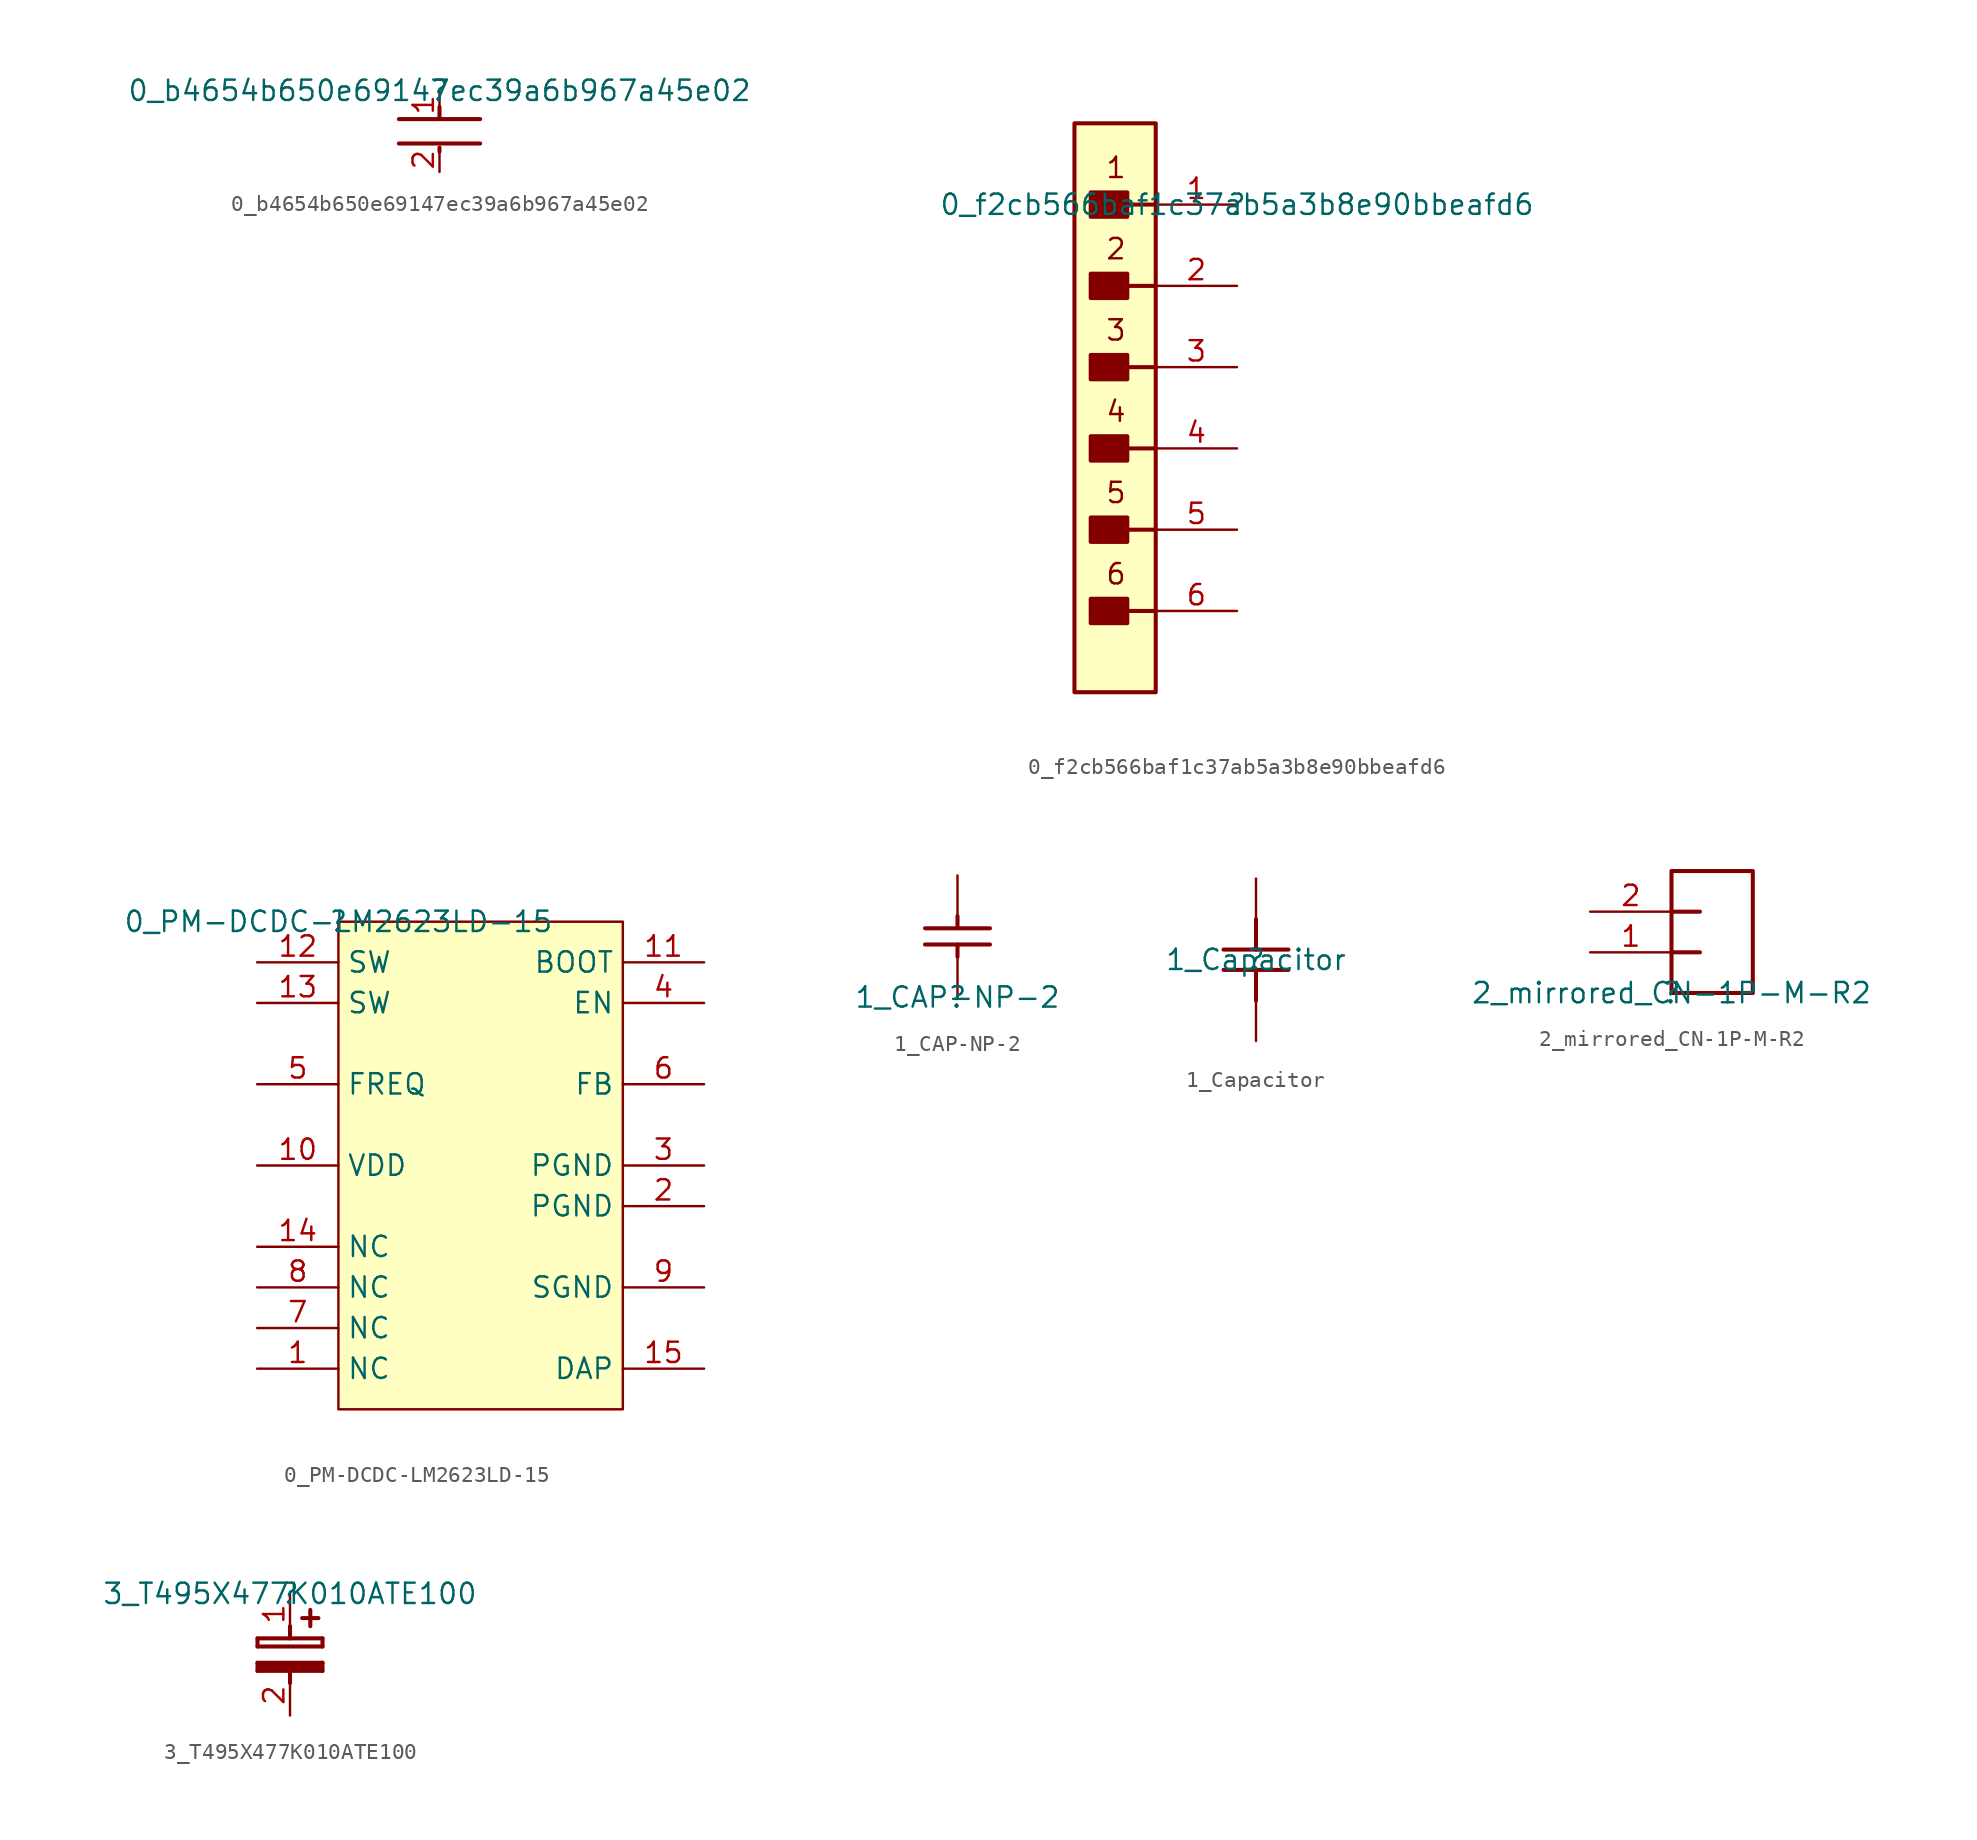
<source format=kicad_sym>
(kicad_symbol_lib
  (version 20211014)
  (generator kicad_symbol_editor)
  (symbol "0_b4654b650e69147ec39a6b967a45e02"
    (property "Reference" ""
      (at 0 0 0)
      (effects (font (size 1.27 1.27))))
    (property "Value" "0_b4654b650e69147ec39a6b967a45e02"
      (at 0 0 0)
      (effects (font (size 1.27 1.27))))
    (symbol "0_b4654b650e69147ec39a6b967a45e02_1_0"
      (polyline (pts (xy 0 -3.556) (xy 0 -3.81)) (stroke (width 0.254) (type default) (color 0 0 0 0)) (fill (type none)))
      (polyline (pts (xy 0 -1.778) (xy 0 -1.016)) (stroke (width 0.254) (type default) (color 0 0 0 0)) (fill (type none)))
      (polyline (pts (xy 2.54 -3.302) (xy -2.54 -3.302)) (stroke (width 0.254) (type default) (color 0 0 0 0)) (fill (type none)))
      (polyline (pts (xy 2.54 -1.778) (xy -2.54 -1.778)) (stroke (width 0.254) (type default) (color 0 0 0 0)) (fill (type none)))
      (pin passive line (at 0 0 270) (length 1.778) (name "1" (effects (font (size 0 0)))) (number "1" (effects (font (size 1.27 1.27)))))
      (pin passive line (at 0 -5.08 90) (length 1.524) (name "2" (effects (font (size 0 0)))) (number "2" (effects (font (size 1.27 1.27)))))))
  (symbol "0_f2cb566baf1c37ab5a3b8e90bbeafd6"
    (property "Reference" ""
      (at 0 0 0)
      (effects (font (size 1.27 1.27))))
    (property "Value" "0_f2cb566baf1c37ab5a3b8e90bbeafd6"
      (at 0 0 0)
      (effects (font (size 1.27 1.27))))
    (symbol "0_f2cb566baf1c37ab5a3b8e90bbeafd6_1_0"
      (rectangle (start -6.858 -24.638) (end -9.144 -26.162) (stroke (width 0.254) (type default) (color 0 0 0 0)) (fill (type outline)))
      (rectangle (start -6.858 -19.558) (end -9.144 -21.082) (stroke (width 0.254) (type default) (color 0 0 0 0)) (fill (type outline)))
      (rectangle (start -6.858 -14.478) (end -9.144 -16.002) (stroke (width 0.254) (type default) (color 0 0 0 0)) (fill (type outline)))
      (rectangle (start -6.858 -9.398) (end -9.144 -10.922) (stroke (width 0.254) (type default) (color 0 0 0 0)) (fill (type outline)))
      (rectangle (start -6.858 -4.318) (end -9.144 -5.842) (stroke (width 0.254) (type default) (color 0 0 0 0)) (fill (type outline)))
      (rectangle (start -6.858 0.762) (end -9.144 -0.762) (stroke (width 0.254) (type default) (color 0 0 0 0)) (fill (type outline)))
      (rectangle (start -5.08 5.08) (end -10.16 -30.48) (stroke (width 0.254) (type default) (color 0 0 0 0)) (fill (type background)))
      (polyline (pts (xy -6.858 -25.4) (xy -5.08 -25.4)) (stroke (width 0.254) (type default) (color 0 0 0 0)) (fill (type none)))
      (polyline (pts (xy -6.858 -20.32) (xy -5.08 -20.32)) (stroke (width 0.254) (type default) (color 0 0 0 0)) (fill (type none)))
      (polyline (pts (xy -6.858 -15.24) (xy -5.08 -15.24)) (stroke (width 0.254) (type default) (color 0 0 0 0)) (fill (type none)))
      (polyline (pts (xy -6.858 -10.16) (xy -5.08 -10.16)) (stroke (width 0.254) (type default) (color 0 0 0 0)) (fill (type none)))
      (polyline (pts (xy -6.858 -5.08) (xy -5.08 -5.08)) (stroke (width 0.254) (type default) (color 0 0 0 0)) (fill (type none)))
      (polyline (pts (xy -6.858 0) (xy -5.08 0)) (stroke (width 0.254) (type default) (color 0 0 0 0)) (fill (type none)))
      (text "1" (at -6.858 3.048 0) (effects (font (size 1.27 1.27)) (justify right top)))
      (text "2" (at -6.858 -2.032 0) (effects (font (size 1.27 1.27)) (justify right top)))
      (text "3" (at -6.858 -7.112 0) (effects (font (size 1.27 1.27)) (justify right top)))
      (text "4" (at -6.858 -12.192 0) (effects (font (size 1.27 1.27)) (justify right top)))
      (text "5" (at -6.858 -17.272 0) (effects (font (size 1.27 1.27)) (justify right top)))
      (text "6" (at -6.858 -22.352 0) (effects (font (size 1.27 1.27)) (justify right top)))
      (pin passive line (at 0 0 180) (length 5.08) (name "1" (effects (font (size 0 0)))) (number "1" (effects (font (size 1.27 1.27)))))
      (pin passive line (at 0 -5.08 180) (length 5.08) (name "2" (effects (font (size 0 0)))) (number "2" (effects (font (size 1.27 1.27)))))
      (pin passive line (at 0 -10.16 180) (length 5.08) (name "3" (effects (font (size 0 0)))) (number "3" (effects (font (size 1.27 1.27)))))
      (pin passive line (at 0 -15.24 180) (length 5.08) (name "4" (effects (font (size 0 0)))) (number "4" (effects (font (size 1.27 1.27)))))
      (pin passive line (at 0 -20.32 180) (length 5.08) (name "5" (effects (font (size 0 0)))) (number "5" (effects (font (size 1.27 1.27)))))
      (pin passive line (at 0 -25.4 180) (length 5.08) (name "6" (effects (font (size 0 0)))) (number "6" (effects (font (size 1.27 1.27)))))))
  (symbol "0_PM-DCDC-LM2623LD-15"
    (property "Reference" ""
      (at 0 0 0)
      (effects (font (size 1.27 1.27))))
    (property "Value" "0_PM-DCDC-LM2623LD-15"
      (at 0 0 0)
      (effects (font (size 1.27 1.27))))
    (symbol "0_PM-DCDC-LM2623LD-15_1_0"
      (rectangle (start 17.78 0) (end 0 -30.48) (stroke (width 0) (type default) (color 0 0 0 0)) (fill (type background)))
      (pin passive line (at -5.08 -27.94 0) (length 5.08) (name "NC" (effects (font (size 1.27 1.27)))) (number "1" (effects (font (size 1.27 1.27)))))
      (pin power_in line (at -5.08 -15.24 0) (length 5.08) (name "VDD" (effects (font (size 1.27 1.27)))) (number "10" (effects (font (size 1.27 1.27)))))
      (pin passive line (at 22.86 -2.54 180) (length 5.08) (name "BOOT" (effects (font (size 1.27 1.27)))) (number "11" (effects (font (size 1.27 1.27)))))
      (pin open_collector line (at -5.08 -2.54 0) (length 5.08) (name "SW" (effects (font (size 1.27 1.27)))) (number "12" (effects (font (size 1.27 1.27)))))
      (pin open_collector line (at -5.08 -5.08 0) (length 5.08) (name "SW" (effects (font (size 1.27 1.27)))) (number "13" (effects (font (size 1.27 1.27)))))
      (pin passive line (at -5.08 -20.32 0) (length 5.08) (name "NC" (effects (font (size 1.27 1.27)))) (number "14" (effects (font (size 1.27 1.27)))))
      (pin power_in line (at 22.86 -27.94 180) (length 5.08) (name "DAP" (effects (font (size 1.27 1.27)))) (number "15" (effects (font (size 1.27 1.27)))))
      (pin power_in line (at 22.86 -17.78 180) (length 5.08) (name "PGND" (effects (font (size 1.27 1.27)))) (number "2" (effects (font (size 1.27 1.27)))))
      (pin power_in line (at 22.86 -15.24 180) (length 5.08) (name "PGND" (effects (font (size 1.27 1.27)))) (number "3" (effects (font (size 1.27 1.27)))))
      (pin input line (at 22.86 -5.08 180) (length 5.08) (name "EN" (effects (font (size 1.27 1.27)))) (number "4" (effects (font (size 1.27 1.27)))))
      (pin input line (at -5.08 -10.16 0) (length 5.08) (name "FREQ" (effects (font (size 1.27 1.27)))) (number "5" (effects (font (size 1.27 1.27)))))
      (pin input line (at 22.86 -10.16 180) (length 5.08) (name "FB" (effects (font (size 1.27 1.27)))) (number "6" (effects (font (size 1.27 1.27)))))
      (pin passive line (at -5.08 -25.4 0) (length 5.08) (name "NC" (effects (font (size 1.27 1.27)))) (number "7" (effects (font (size 1.27 1.27)))))
      (pin passive line (at -5.08 -22.86 0) (length 5.08) (name "NC" (effects (font (size 1.27 1.27)))) (number "8" (effects (font (size 1.27 1.27)))))
      (pin power_in line (at 22.86 -22.86 180) (length 5.08) (name "SGND" (effects (font (size 1.27 1.27)))) (number "9" (effects (font (size 1.27 1.27)))))))
  (symbol "1_CAP-NP-2"
    (property "Reference" ""
      (at 0 0 0)
      (effects (font (size 1.27 1.27))))
    (property "Value" "1_CAP-NP-2"
      (at 0 0 0)
      (effects (font (size 1.27 1.27))))
    (symbol "1_CAP-NP-2_1_0"
      (polyline (pts (xy -2.032 4.318) (xy 2.032 4.318)) (stroke (width 0.254) (type default) (color 0 0 0 0)) (fill (type none)))
      (polyline (pts (xy 0 2.54) (xy 0 3.302)) (stroke (width 0.254) (type default) (color 0 0 0 0)) (fill (type none)))
      (polyline (pts (xy 0 5.08) (xy 0 4.318)) (stroke (width 0.254) (type default) (color 0 0 0 0)) (fill (type none)))
      (polyline (pts (xy 2.032 3.302) (xy -2.032 3.302)) (stroke (width 0.254) (type default) (color 0 0 0 0)) (fill (type none)))
      (pin passive line (at 0 0 90) (length 2.54) (name "1" (effects (font (size 0 0)))) (number "1" (effects (font (size 0 0)))))
      (pin passive line (at 0 7.62 270) (length 2.54) (name "2" (effects (font (size 0 0)))) (number "2" (effects (font (size 0 0)))))))
  (symbol "1_Capacitor"
    (property "Reference" ""
      (at 0 0 0)
      (effects (font (size 1.27 1.27))))
    (property "Value" "1_Capacitor"
      (at 0 0 0)
      (effects (font (size 1.27 1.27))))
    (symbol "1_Capacitor_1_0"
      (polyline (pts (xy -2.032 -0.635) (xy 2.032 -0.635)) (stroke (width 0.254) (type default) (color 0 0 0 0)) (fill (type none)))
      (polyline (pts (xy -2.032 0.635) (xy 2.032 0.635)) (stroke (width 0.254) (type default) (color 0 0 0 0)) (fill (type none)))
      (polyline (pts (xy 0 -2.54) (xy 0 -0.635)) (stroke (width 0.254) (type default) (color 0 0 0 0)) (fill (type none)))
      (polyline (pts (xy 0 2.54) (xy 0 0.635)) (stroke (width 0.254) (type default) (color 0 0 0 0)) (fill (type none)))
      (pin passive line (at 0 -5.08 90) (length 2.54) (name "1" (effects (font (size 0 0)))) (number "1" (effects (font (size 0 0)))))
      (pin passive line (at 0 5.08 270) (length 2.54) (name "2" (effects (font (size 0 0)))) (number "2" (effects (font (size 0 0)))))))
  (symbol "2_mirrored_CN-1P-M-R2"
    (property "Reference" ""
      (at 0 0 0)
      (effects (font (size 1.27 1.27))))
    (property "Value" "2_mirrored_CN-1P-M-R2"
      (at 0 0 0)
      (effects (font (size 1.27 1.27))))
    (symbol "2_mirrored_CN-1P-M-R2_1_0"
      (polyline (pts (xy 0 2.54) (xy 1.778 2.54)) (stroke (width 0.254) (type default) (color 0 0 0 0)) (fill (type none)))
      (polyline (pts (xy 0 5.08) (xy 1.778 5.08)) (stroke (width 0.254) (type default) (color 0 0 0 0)) (fill (type none)))
      (rectangle (start 5.08 7.62) (end 0 0) (stroke (width 0.254) (type default) (color 0 0 0 0)) (fill (type none)))
      (pin passive line (at -5.08 2.54 0) (length 5.08) (name "1" (effects (font (size 0 0)))) (number "1" (effects (font (size 1.27 1.27)))))
      (pin passive line (at -5.08 5.08 0) (length 5.08) (name "2" (effects (font (size 0 0)))) (number "2" (effects (font (size 1.27 1.27)))))))
  (symbol "3_T495X477K010ATE100"
    (property "Reference" ""
      (at 0 0 0)
      (effects (font (size 1.27 1.27))))
    (property "Value" "3_T495X477K010ATE100"
      (at 0 0 0)
      (effects (font (size 1.27 1.27))))
    (symbol "3_T495X477K010ATE100_1_0"
      (polyline (pts (xy -2.032 -4.318) (xy -2.032 -4.826)) (stroke (width 0.254) (type default) (color 0 0 0 0)) (fill (type none)))
      (polyline (pts (xy -2.032 -3.302) (xy 2.032 -3.302)) (stroke (width 0.254) (type default) (color 0 0 0 0)) (fill (type none)))
      (polyline (pts (xy -2.032 -2.794) (xy -2.032 -3.302)) (stroke (width 0.254) (type default) (color 0 0 0 0)) (fill (type none)))
      (polyline (pts (xy 0 -5.588) (xy 0 -4.826)) (stroke (width 0.254) (type default) (color 0 0 0 0)) (fill (type none)))
      (polyline (pts (xy 0 -2.794) (xy 0 -2.032)) (stroke (width 0.254) (type default) (color 0 0 0 0)) (fill (type none)))
      (polyline (pts (xy 1.27 -1.016) (xy 1.27 -2.032)) (stroke (width 0.254) (type default) (color 0 0 0 0)) (fill (type none)))
      (polyline (pts (xy 1.778 -1.524) (xy 0.762 -1.524)) (stroke (width 0.254) (type default) (color 0 0 0 0)) (fill (type none)))
      (polyline (pts (xy 2.032 -4.826) (xy -2.032 -4.826)) (stroke (width 0.254) (type default) (color 0 0 0 0)) (fill (type none)))
      (polyline (pts (xy 2.032 -4.318) (xy -2.032 -4.318)) (stroke (width 0.254) (type default) (color 0 0 0 0)) (fill (type none)))
      (polyline (pts (xy 2.032 -4.318) (xy 2.032 -4.826)) (stroke (width 0.254) (type default) (color 0 0 0 0)) (fill (type none)))
      (polyline (pts (xy 2.032 -2.794) (xy -2.032 -2.794)) (stroke (width 0.254) (type default) (color 0 0 0 0)) (fill (type none)))
      (polyline (pts (xy 2.032 -2.794) (xy 2.032 -3.302)) (stroke (width 0.254) (type default) (color 0 0 0 0)) (fill (type none)))
      (rectangle (start 2.032 -4.318) (end -2.032 -4.826) (stroke (width 0) (type default) (color 0 0 0 0)) (fill (type outline)))
      (pin passive line (at 0 0 270) (length 2.54) (name "1" (effects (font (size 0 0)))) (number "1" (effects (font (size 1.27 1.27)))))
      (pin passive line (at 0 -7.62 90) (length 2.54) (name "2" (effects (font (size 0 0)))) (number "2" (effects (font (size 1.27 1.27))))))))
</source>
